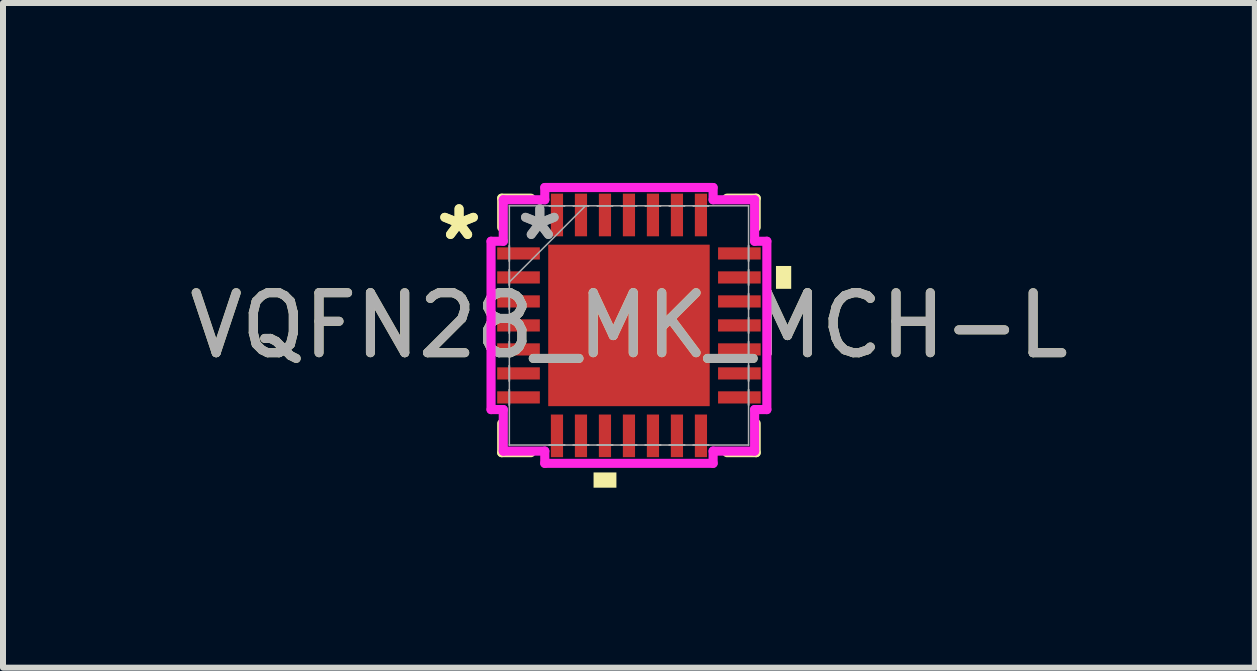
<source format=kicad_pcb>
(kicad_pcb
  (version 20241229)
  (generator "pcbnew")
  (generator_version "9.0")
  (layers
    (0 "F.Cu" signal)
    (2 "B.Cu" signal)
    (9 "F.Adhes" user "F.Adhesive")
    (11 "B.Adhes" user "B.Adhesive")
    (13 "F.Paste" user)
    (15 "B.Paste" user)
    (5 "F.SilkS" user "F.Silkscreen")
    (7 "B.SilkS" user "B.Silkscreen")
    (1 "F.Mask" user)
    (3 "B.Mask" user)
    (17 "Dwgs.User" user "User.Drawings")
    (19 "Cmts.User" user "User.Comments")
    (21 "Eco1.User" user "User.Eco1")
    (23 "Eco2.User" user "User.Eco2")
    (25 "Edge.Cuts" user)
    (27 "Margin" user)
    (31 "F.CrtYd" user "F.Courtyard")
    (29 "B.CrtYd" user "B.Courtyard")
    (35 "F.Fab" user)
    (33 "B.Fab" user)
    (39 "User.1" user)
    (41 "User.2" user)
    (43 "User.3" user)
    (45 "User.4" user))
  (footprint "VQFN28_MK_MCH-L"
    (layer "F.Cu")
    (at 7.435 2.375)
    (property "Reference" "VQFN28_MK_MCH-L" (at 0 0 0) (unlocked yes) (layer "F.SilkS") (effects (font (size 1 1) (thickness 0.15))))
    (attr smd)
    (fp_line (start -2.121 -2.121) (end -2.121 -1.634) (stroke (width 0.152) (type solid)) (layer "F.SilkS"))
    (fp_line (start -2.121 1.634) (end -2.121 2.121) (stroke (width 0.152) (type solid)) (layer "F.SilkS"))
    (fp_line (start -2.121 2.121) (end -1.634 2.121) (stroke (width 0.152) (type solid)) (layer "F.SilkS"))
    (fp_line (start -1.634 -2.121) (end -2.121 -2.121) (stroke (width 0.152) (type solid)) (layer "F.SilkS"))
    (fp_line (start 1.634 2.121) (end 2.121 2.121) (stroke (width 0.152) (type solid)) (layer "F.SilkS"))
    (fp_line (start 2.121 -2.121) (end 1.634 -2.121) (stroke (width 0.152) (type solid)) (layer "F.SilkS"))
    (fp_line (start 2.121 -1.634) (end 2.121 -2.121) (stroke (width 0.152) (type solid)) (layer "F.SilkS"))
    (fp_line (start 2.121 2.121) (end 2.121 1.634) (stroke (width 0.152) (type solid)) (layer "F.SilkS"))
    (fp_poly (pts (xy -0.59 2.451) (xy -0.59 2.705) (xy -0.209 2.705) (xy -0.209 2.451)) (stroke (width 0) (type solid)) (fill yes) (layer "F.SilkS"))
    (fp_poly (pts (xy 2.705 -0.991) (xy 2.705 -0.61) (xy 2.451 -0.61) (xy 2.451 -0.991)) (stroke (width 0) (type solid)) (fill yes) (layer "F.SilkS"))
    (fp_poly (pts (xy -1.246 -1.246) (xy -1.246 -0.1) (xy -0.1 -0.1) (xy -0.1 -1.246)) (stroke (width 0) (type solid)) (fill yes) (layer "F.Paste"))
    (fp_poly (pts (xy -1.246 0.1) (xy -1.246 1.246) (xy -0.1 1.246) (xy -0.1 0.1)) (stroke (width 0) (type solid)) (fill yes) (layer "F.Paste"))
    (fp_poly (pts (xy 0.1 -1.246) (xy 0.1 -0.1) (xy 1.246 -0.1) (xy 1.246 -1.246)) (stroke (width 0) (type solid)) (fill yes) (layer "F.Paste"))
    (fp_poly (pts (xy 0.1 0.1) (xy 0.1 1.246) (xy 1.246 1.246) (xy 1.246 0.1)) (stroke (width 0) (type solid)) (fill yes) (layer "F.Paste"))
    (fp_line (start -2.299 -1.403) (end -2.095 -1.403) (stroke (width 0.152) (type solid)) (layer "F.CrtYd"))
    (fp_line (start -2.299 1.403) (end -2.299 -1.403) (stroke (width 0.152) (type solid)) (layer "F.CrtYd"))
    (fp_line (start -2.095 -2.095) (end -1.403 -2.095) (stroke (width 0.152) (type solid)) (layer "F.CrtYd"))
    (fp_line (start -2.095 -1.403) (end -2.095 -2.095) (stroke (width 0.152) (type solid)) (layer "F.CrtYd"))
    (fp_line (start -2.095 1.403) (end -2.299 1.403) (stroke (width 0.152) (type solid)) (layer "F.CrtYd"))
    (fp_line (start -2.095 2.095) (end -2.095 1.403) (stroke (width 0.152) (type solid)) (layer "F.CrtYd"))
    (fp_line (start -1.403 -2.299) (end 1.403 -2.299) (stroke (width 0.152) (type solid)) (layer "F.CrtYd"))
    (fp_line (start -1.403 -2.095) (end -1.403 -2.299) (stroke (width 0.152) (type solid)) (layer "F.CrtYd"))
    (fp_line (start -1.403 2.095) (end -2.095 2.095) (stroke (width 0.152) (type solid)) (layer "F.CrtYd"))
    (fp_line (start -1.403 2.299) (end -1.403 2.095) (stroke (width 0.152) (type solid)) (layer "F.CrtYd"))
    (fp_line (start 1.403 -2.299) (end 1.403 -2.095) (stroke (width 0.152) (type solid)) (layer "F.CrtYd"))
    (fp_line (start 1.403 -2.095) (end 2.095 -2.095) (stroke (width 0.152) (type solid)) (layer "F.CrtYd"))
    (fp_line (start 1.403 2.095) (end 1.403 2.299) (stroke (width 0.152) (type solid)) (layer "F.CrtYd"))
    (fp_line (start 1.403 2.299) (end -1.403 2.299) (stroke (width 0.152) (type solid)) (layer "F.CrtYd"))
    (fp_line (start 2.095 -2.095) (end 2.095 -1.403) (stroke (width 0.152) (type solid)) (layer "F.CrtYd"))
    (fp_line (start 2.095 -1.403) (end 2.299 -1.403) (stroke (width 0.152) (type solid)) (layer "F.CrtYd"))
    (fp_line (start 2.095 1.403) (end 2.095 2.095) (stroke (width 0.152) (type solid)) (layer "F.CrtYd"))
    (fp_line (start 2.095 2.095) (end 1.403 2.095) (stroke (width 0.152) (type solid)) (layer "F.CrtYd"))
    (fp_line (start 2.299 -1.403) (end 2.299 1.403) (stroke (width 0.152) (type solid)) (layer "F.CrtYd"))
    (fp_line (start 2.299 1.403) (end 2.095 1.403) (stroke (width 0.152) (type solid)) (layer "F.CrtYd"))
    (fp_line (start -1.994 -1.994) (end -1.994 -1.994) (stroke (width 0.025) (type solid)) (layer "F.Fab"))
    (fp_line (start -1.994 -1.994) (end -1.994 1.994) (stroke (width 0.025) (type solid)) (layer "F.Fab"))
    (fp_line (start -1.994 -1.327) (end -1.994 -1.327) (stroke (width 0.025) (type solid)) (layer "F.Fab"))
    (fp_line (start -1.994 -1.327) (end -1.994 -1.073) (stroke (width 0.025) (type solid)) (layer "F.Fab"))
    (fp_line (start -1.994 -1.073) (end -1.994 -1.327) (stroke (width 0.025) (type solid)) (layer "F.Fab"))
    (fp_line (start -1.994 -1.073) (end -1.994 -1.073) (stroke (width 0.025) (type solid)) (layer "F.Fab"))
    (fp_line (start -1.994 -0.927) (end -1.994 -0.927) (stroke (width 0.025) (type solid)) (layer "F.Fab"))
    (fp_line (start -1.994 -0.927) (end -1.994 -0.673) (stroke (width 0.025) (type solid)) (layer "F.Fab"))
    (fp_line (start -1.994 -0.724) (end -0.724 -1.994) (stroke (width 0.025) (type solid)) (layer "F.Fab"))
    (fp_line (start -1.994 -0.673) (end -1.994 -0.927) (stroke (width 0.025) (type solid)) (layer "F.Fab"))
    (fp_line (start -1.994 -0.673) (end -1.994 -0.673) (stroke (width 0.025) (type solid)) (layer "F.Fab"))
    (fp_line (start -1.994 -0.527) (end -1.994 -0.527) (stroke (width 0.025) (type solid)) (layer "F.Fab"))
    (fp_line (start -1.994 -0.527) (end -1.994 -0.273) (stroke (width 0.025) (type solid)) (layer "F.Fab"))
    (fp_line (start -1.994 -0.273) (end -1.994 -0.527) (stroke (width 0.025) (type solid)) (layer "F.Fab"))
    (fp_line (start -1.994 -0.273) (end -1.994 -0.273) (stroke (width 0.025) (type solid)) (layer "F.Fab"))
    (fp_line (start -1.994 -0.127) (end -1.994 -0.127) (stroke (width 0.025) (type solid)) (layer "F.Fab"))
    (fp_line (start -1.994 -0.127) (end -1.994 0.127) (stroke (width 0.025) (type solid)) (layer "F.Fab"))
    (fp_line (start -1.994 0.127) (end -1.994 -0.127) (stroke (width 0.025) (type solid)) (layer "F.Fab"))
    (fp_line (start -1.994 0.127) (end -1.994 0.127) (stroke (width 0.025) (type solid)) (layer "F.Fab"))
    (fp_line (start -1.994 0.273) (end -1.994 0.273) (stroke (width 0.025) (type solid)) (layer "F.Fab"))
    (fp_line (start -1.994 0.273) (end -1.994 0.527) (stroke (width 0.025) (type solid)) (layer "F.Fab"))
    (fp_line (start -1.994 0.527) (end -1.994 0.273) (stroke (width 0.025) (type solid)) (layer "F.Fab"))
    (fp_line (start -1.994 0.527) (end -1.994 0.527) (stroke (width 0.025) (type solid)) (layer "F.Fab"))
    (fp_line (start -1.994 0.673) (end -1.994 0.673) (stroke (width 0.025) (type solid)) (layer "F.Fab"))
    (fp_line (start -1.994 0.673) (end -1.994 0.927) (stroke (width 0.025) (type solid)) (layer "F.Fab"))
    (fp_line (start -1.994 0.927) (end -1.994 0.673) (stroke (width 0.025) (type solid)) (layer "F.Fab"))
    (fp_line (start -1.994 0.927) (end -1.994 0.927) (stroke (width 0.025) (type solid)) (layer "F.Fab"))
    (fp_line (start -1.994 1.073) (end -1.994 1.073) (stroke (width 0.025) (type solid)) (layer "F.Fab"))
    (fp_line (start -1.994 1.073) (end -1.994 1.327) (stroke (width 0.025) (type solid)) (layer "F.Fab"))
    (fp_line (start -1.994 1.327) (end -1.994 1.073) (stroke (width 0.025) (type solid)) (layer "F.Fab"))
    (fp_line (start -1.994 1.327) (end -1.994 1.327) (stroke (width 0.025) (type solid)) (layer "F.Fab"))
    (fp_line (start -1.994 1.994) (end -1.994 1.994) (stroke (width 0.025) (type solid)) (layer "F.Fab"))
    (fp_line (start -1.994 1.994) (end 1.994 1.994) (stroke (width 0.025) (type solid)) (layer "F.Fab"))
    (fp_line (start -1.327 -1.994) (end -1.327 -1.994) (stroke (width 0.025) (type solid)) (layer "F.Fab"))
    (fp_line (start -1.327 -1.994) (end -1.073 -1.994) (stroke (width 0.025) (type solid)) (layer "F.Fab"))
    (fp_line (start -1.327 1.994) (end -1.327 1.994) (stroke (width 0.025) (type solid)) (layer "F.Fab"))
    (fp_line (start -1.327 1.994) (end -1.073 1.994) (stroke (width 0.025) (type solid)) (layer "F.Fab"))
    (fp_line (start -1.073 -1.994) (end -1.327 -1.994) (stroke (width 0.025) (type solid)) (layer "F.Fab"))
    (fp_line (start -1.073 -1.994) (end -1.073 -1.994) (stroke (width 0.025) (type solid)) (layer "F.Fab"))
    (fp_line (start -1.073 1.994) (end -1.327 1.994) (stroke (width 0.025) (type solid)) (layer "F.Fab"))
    (fp_line (start -1.073 1.994) (end -1.073 1.994) (stroke (width 0.025) (type solid)) (layer "F.Fab"))
    (fp_line (start -0.927 -1.994) (end -0.927 -1.994) (stroke (width 0.025) (type solid)) (layer "F.Fab"))
    (fp_line (start -0.927 -1.994) (end -0.673 -1.994) (stroke (width 0.025) (type solid)) (layer "F.Fab"))
    (fp_line (start -0.927 1.994) (end -0.927 1.994) (stroke (width 0.025) (type solid)) (layer "F.Fab"))
    (fp_line (start -0.927 1.994) (end -0.673 1.994) (stroke (width 0.025) (type solid)) (layer "F.Fab"))
    (fp_line (start -0.673 -1.994) (end -0.927 -1.994) (stroke (width 0.025) (type solid)) (layer "F.Fab"))
    (fp_line (start -0.673 -1.994) (end -0.673 -1.994) (stroke (width 0.025) (type solid)) (layer "F.Fab"))
    (fp_line (start -0.673 1.994) (end -0.927 1.994) (stroke (width 0.025) (type solid)) (layer "F.Fab"))
    (fp_line (start -0.673 1.994) (end -0.673 1.994) (stroke (width 0.025) (type solid)) (layer "F.Fab"))
    (fp_line (start -0.527 -1.994) (end -0.527 -1.994) (stroke (width 0.025) (type solid)) (layer "F.Fab"))
    (fp_line (start -0.527 -1.994) (end -0.273 -1.994) (stroke (width 0.025) (type solid)) (layer "F.Fab"))
    (fp_line (start -0.527 1.994) (end -0.527 1.994) (stroke (width 0.025) (type solid)) (layer "F.Fab"))
    (fp_line (start -0.527 1.994) (end -0.273 1.994) (stroke (width 0.025) (type solid)) (layer "F.Fab"))
    (fp_line (start -0.273 -1.994) (end -0.527 -1.994) (stroke (width 0.025) (type solid)) (layer "F.Fab"))
    (fp_line (start -0.273 -1.994) (end -0.273 -1.994) (stroke (width 0.025) (type solid)) (layer "F.Fab"))
    (fp_line (start -0.273 1.994) (end -0.527 1.994) (stroke (width 0.025) (type solid)) (layer "F.Fab"))
    (fp_line (start -0.273 1.994) (end -0.273 1.994) (stroke (width 0.025) (type solid)) (layer "F.Fab"))
    (fp_line (start -0.127 -1.994) (end -0.127 -1.994) (stroke (width 0.025) (type solid)) (layer "F.Fab"))
    (fp_line (start -0.127 -1.994) (end 0.127 -1.994) (stroke (width 0.025) (type solid)) (layer "F.Fab"))
    (fp_line (start -0.127 1.994) (end -0.127 1.994) (stroke (width 0.025) (type solid)) (layer "F.Fab"))
    (fp_line (start -0.127 1.994) (end 0.127 1.994) (stroke (width 0.025) (type solid)) (layer "F.Fab"))
    (fp_line (start 0.127 -1.994) (end -0.127 -1.994) (stroke (width 0.025) (type solid)) (layer "F.Fab"))
    (fp_line (start 0.127 -1.994) (end 0.127 -1.994) (stroke (width 0.025) (type solid)) (layer "F.Fab"))
    (fp_line (start 0.127 1.994) (end -0.127 1.994) (stroke (width 0.025) (type solid)) (layer "F.Fab"))
    (fp_line (start 0.127 1.994) (end 0.127 1.994) (stroke (width 0.025) (type solid)) (layer "F.Fab"))
    (fp_line (start 0.273 -1.994) (end 0.273 -1.994) (stroke (width 0.025) (type solid)) (layer "F.Fab"))
    (fp_line (start 0.273 -1.994) (end 0.527 -1.994) (stroke (width 0.025) (type solid)) (layer "F.Fab"))
    (fp_line (start 0.273 1.994) (end 0.273 1.994) (stroke (width 0.025) (type solid)) (layer "F.Fab"))
    (fp_line (start 0.273 1.994) (end 0.527 1.994) (stroke (width 0.025) (type solid)) (layer "F.Fab"))
    (fp_line (start 0.527 -1.994) (end 0.273 -1.994) (stroke (width 0.025) (type solid)) (layer "F.Fab"))
    (fp_line (start 0.527 -1.994) (end 0.527 -1.994) (stroke (width 0.025) (type solid)) (layer "F.Fab"))
    (fp_line (start 0.527 1.994) (end 0.273 1.994) (stroke (width 0.025) (type solid)) (layer "F.Fab"))
    (fp_line (start 0.527 1.994) (end 0.527 1.994) (stroke (width 0.025) (type solid)) (layer "F.Fab"))
    (fp_line (start 0.673 -1.994) (end 0.673 -1.994) (stroke (width 0.025) (type solid)) (layer "F.Fab"))
    (fp_line (start 0.673 -1.994) (end 0.927 -1.994) (stroke (width 0.025) (type solid)) (layer "F.Fab"))
    (fp_line (start 0.673 1.994) (end 0.673 1.994) (stroke (width 0.025) (type solid)) (layer "F.Fab"))
    (fp_line (start 0.673 1.994) (end 0.927 1.994) (stroke (width 0.025) (type solid)) (layer "F.Fab"))
    (fp_line (start 0.927 -1.994) (end 0.673 -1.994) (stroke (width 0.025) (type solid)) (layer "F.Fab"))
    (fp_line (start 0.927 -1.994) (end 0.927 -1.994) (stroke (width 0.025) (type solid)) (layer "F.Fab"))
    (fp_line (start 0.927 1.994) (end 0.673 1.994) (stroke (width 0.025) (type solid)) (layer "F.Fab"))
    (fp_line (start 0.927 1.994) (end 0.927 1.994) (stroke (width 0.025) (type solid)) (layer "F.Fab"))
    (fp_line (start 1.073 -1.994) (end 1.073 -1.994) (stroke (width 0.025) (type solid)) (layer "F.Fab"))
    (fp_line (start 1.073 -1.994) (end 1.327 -1.994) (stroke (width 0.025) (type solid)) (layer "F.Fab"))
    (fp_line (start 1.073 1.994) (end 1.073 1.994) (stroke (width 0.025) (type solid)) (layer "F.Fab"))
    (fp_line (start 1.073 1.994) (end 1.327 1.994) (stroke (width 0.025) (type solid)) (layer "F.Fab"))
    (fp_line (start 1.327 -1.994) (end 1.073 -1.994) (stroke (width 0.025) (type solid)) (layer "F.Fab"))
    (fp_line (start 1.327 -1.994) (end 1.327 -1.994) (stroke (width 0.025) (type solid)) (layer "F.Fab"))
    (fp_line (start 1.327 1.994) (end 1.073 1.994) (stroke (width 0.025) (type solid)) (layer "F.Fab"))
    (fp_line (start 1.327 1.994) (end 1.327 1.994) (stroke (width 0.025) (type solid)) (layer "F.Fab"))
    (fp_line (start 1.994 -1.994) (end -1.994 -1.994) (stroke (width 0.025) (type solid)) (layer "F.Fab"))
    (fp_line (start 1.994 -1.994) (end 1.994 -1.994) (stroke (width 0.025) (type solid)) (layer "F.Fab"))
    (fp_line (start 1.994 -1.327) (end 1.994 -1.327) (stroke (width 0.025) (type solid)) (layer "F.Fab"))
    (fp_line (start 1.994 -1.327) (end 1.994 -1.073) (stroke (width 0.025) (type solid)) (layer "F.Fab"))
    (fp_line (start 1.994 -1.073) (end 1.994 -1.327) (stroke (width 0.025) (type solid)) (layer "F.Fab"))
    (fp_line (start 1.994 -1.073) (end 1.994 -1.073) (stroke (width 0.025) (type solid)) (layer "F.Fab"))
    (fp_line (start 1.994 -0.927) (end 1.994 -0.927) (stroke (width 0.025) (type solid)) (layer "F.Fab"))
    (fp_line (start 1.994 -0.927) (end 1.994 -0.673) (stroke (width 0.025) (type solid)) (layer "F.Fab"))
    (fp_line (start 1.994 -0.673) (end 1.994 -0.927) (stroke (width 0.025) (type solid)) (layer "F.Fab"))
    (fp_line (start 1.994 -0.673) (end 1.994 -0.673) (stroke (width 0.025) (type solid)) (layer "F.Fab"))
    (fp_line (start 1.994 -0.527) (end 1.994 -0.527) (stroke (width 0.025) (type solid)) (layer "F.Fab"))
    (fp_line (start 1.994 -0.527) (end 1.994 -0.273) (stroke (width 0.025) (type solid)) (layer "F.Fab"))
    (fp_line (start 1.994 -0.273) (end 1.994 -0.527) (stroke (width 0.025) (type solid)) (layer "F.Fab"))
    (fp_line (start 1.994 -0.273) (end 1.994 -0.273) (stroke (width 0.025) (type solid)) (layer "F.Fab"))
    (fp_line (start 1.994 -0.127) (end 1.994 -0.127) (stroke (width 0.025) (type solid)) (layer "F.Fab"))
    (fp_line (start 1.994 -0.127) (end 1.994 0.127) (stroke (width 0.025) (type solid)) (layer "F.Fab"))
    (fp_line (start 1.994 0.127) (end 1.994 -0.127) (stroke (width 0.025) (type solid)) (layer "F.Fab"))
    (fp_line (start 1.994 0.127) (end 1.994 0.127) (stroke (width 0.025) (type solid)) (layer "F.Fab"))
    (fp_line (start 1.994 0.273) (end 1.994 0.273) (stroke (width 0.025) (type solid)) (layer "F.Fab"))
    (fp_line (start 1.994 0.273) (end 1.994 0.527) (stroke (width 0.025) (type solid)) (layer "F.Fab"))
    (fp_line (start 1.994 0.527) (end 1.994 0.273) (stroke (width 0.025) (type solid)) (layer "F.Fab"))
    (fp_line (start 1.994 0.527) (end 1.994 0.527) (stroke (width 0.025) (type solid)) (layer "F.Fab"))
    (fp_line (start 1.994 0.673) (end 1.994 0.673) (stroke (width 0.025) (type solid)) (layer "F.Fab"))
    (fp_line (start 1.994 0.673) (end 1.994 0.927) (stroke (width 0.025) (type solid)) (layer "F.Fab"))
    (fp_line (start 1.994 0.927) (end 1.994 0.673) (stroke (width 0.025) (type solid)) (layer "F.Fab"))
    (fp_line (start 1.994 0.927) (end 1.994 0.927) (stroke (width 0.025) (type solid)) (layer "F.Fab"))
    (fp_line (start 1.994 1.073) (end 1.994 1.073) (stroke (width 0.025) (type solid)) (layer "F.Fab"))
    (fp_line (start 1.994 1.073) (end 1.994 1.327) (stroke (width 0.025) (type solid)) (layer "F.Fab"))
    (fp_line (start 1.994 1.327) (end 1.994 1.073) (stroke (width 0.025) (type solid)) (layer "F.Fab"))
    (fp_line (start 1.994 1.327) (end 1.994 1.327) (stroke (width 0.025) (type solid)) (layer "F.Fab"))
    (fp_line (start 1.994 1.994) (end 1.994 -1.994) (stroke (width 0.025) (type solid)) (layer "F.Fab"))
    (fp_line (start 1.994 1.994) (end 1.994 1.994) (stroke (width 0.025) (type solid)) (layer "F.Fab"))
    (fp_text user "*" (at -2.832 -1.4 0) (layer "F.SilkS") (effects (font (size 1 1) (thickness 0.15))))
    (fp_text user "*" (at -2.832 -1.4 0) (unlocked yes) (layer "F.SilkS") (effects (font (size 1 1) (thickness 0.15))))
    (fp_text user "*" (at -1.486 -1.4 0) (layer "F.Fab") (effects (font (size 1 1) (thickness 0.15))))
    (fp_text user "*" (at -1.486 -1.4 0) (unlocked yes) (layer "F.Fab") (effects (font (size 1 1) (thickness 0.15))))
    (fp_text user "${REFERENCE}" (at 0 0 0) (unlocked yes) (layer "F.Fab") (effects (font (size 1 1) (thickness 0.15))))
    (pad "1" smd rect (at -1.841 -1.2 90) (size 0.203 0.711) (layers "F.Cu" "F.Mask" "F.Paste"))
    (pad "2" smd rect (at -1.841 -0.8 90) (size 0.203 0.711) (layers "F.Cu" "F.Mask" "F.Paste"))
    (pad "3" smd rect (at -1.841 -0.4 90) (size 0.203 0.711) (layers "F.Cu" "F.Mask" "F.Paste"))
    (pad "4" smd rect (at -1.841 0 90) (size 0.203 0.711) (layers "F.Cu" "F.Mask" "F.Paste"))
    (pad "5" smd rect (at -1.841 0.4 90) (size 0.203 0.711) (layers "F.Cu" "F.Mask" "F.Paste"))
    (pad "6" smd rect (at -1.841 0.8 90) (size 0.203 0.711) (layers "F.Cu" "F.Mask" "F.Paste"))
    (pad "7" smd rect (at -1.841 1.2 90) (size 0.203 0.711) (layers "F.Cu" "F.Mask" "F.Paste"))
    (pad "8" smd rect (at -1.2 1.841) (size 0.203 0.711) (layers "F.Cu" "F.Mask" "F.Paste"))
    (pad "9" smd rect (at -0.8 1.841) (size 0.203 0.711) (layers "F.Cu" "F.Mask" "F.Paste"))
    (pad "10" smd rect (at -0.4 1.841) (size 0.203 0.711) (layers "F.Cu" "F.Mask" "F.Paste"))
    (pad "11" smd rect (at 0 1.841) (size 0.203 0.711) (layers "F.Cu" "F.Mask" "F.Paste"))
    (pad "12" smd rect (at 0.4 1.841) (size 0.203 0.711) (layers "F.Cu" "F.Mask" "F.Paste"))
    (pad "13" smd rect (at 0.8 1.841) (size 0.203 0.711) (layers "F.Cu" "F.Mask" "F.Paste"))
    (pad "14" smd rect (at 1.2 1.841) (size 0.203 0.711) (layers "F.Cu" "F.Mask" "F.Paste"))
    (pad "15" smd rect (at 1.841 1.2 90) (size 0.203 0.711) (layers "F.Cu" "F.Mask" "F.Paste"))
    (pad "16" smd rect (at 1.841 0.8 90) (size 0.203 0.711) (layers "F.Cu" "F.Mask" "F.Paste"))
    (pad "17" smd rect (at 1.841 0.4 90) (size 0.203 0.711) (layers "F.Cu" "F.Mask" "F.Paste"))
    (pad "18" smd rect (at 1.841 0 90) (size 0.203 0.711) (layers "F.Cu" "F.Mask" "F.Paste"))
    (pad "19" smd rect (at 1.841 -0.4 90) (size 0.203 0.711) (layers "F.Cu" "F.Mask" "F.Paste"))
    (pad "20" smd rect (at 1.841 -0.8 90) (size 0.203 0.711) (layers "F.Cu" "F.Mask" "F.Paste"))
    (pad "21" smd rect (at 1.841 -1.2 90) (size 0.203 0.711) (layers "F.Cu" "F.Mask" "F.Paste"))
    (pad "22" smd rect (at 1.2 -1.841) (size 0.203 0.711) (layers "F.Cu" "F.Mask" "F.Paste"))
    (pad "23" smd rect (at 0.8 -1.841) (size 0.203 0.711) (layers "F.Cu" "F.Mask" "F.Paste"))
    (pad "24" smd rect (at 0.4 -1.841) (size 0.203 0.711) (layers "F.Cu" "F.Mask" "F.Paste"))
    (pad "25" smd rect (at 0 -1.841) (size 0.203 0.711) (layers "F.Cu" "F.Mask" "F.Paste"))
    (pad "26" smd rect (at -0.4 -1.841) (size 0.203 0.711) (layers "F.Cu" "F.Mask" "F.Paste"))
    (pad "27" smd rect (at -0.8 -1.841) (size 0.203 0.711) (layers "F.Cu" "F.Mask" "F.Paste"))
    (pad "28" smd rect (at -1.2 -1.841) (size 0.203 0.711) (layers "F.Cu" "F.Mask" "F.Paste"))
    (pad "29" smd rect (at 0 0) (size 2.692 2.692) (layers "F.Cu" "F.Mask" "F.Paste")))
  (gr_rect
    (start -3 -3)
    (end 17.869 8.08)
    (stroke (width 0.1) (type default))
    (fill no)
    (layer "Edge.Cuts")))
</source>
